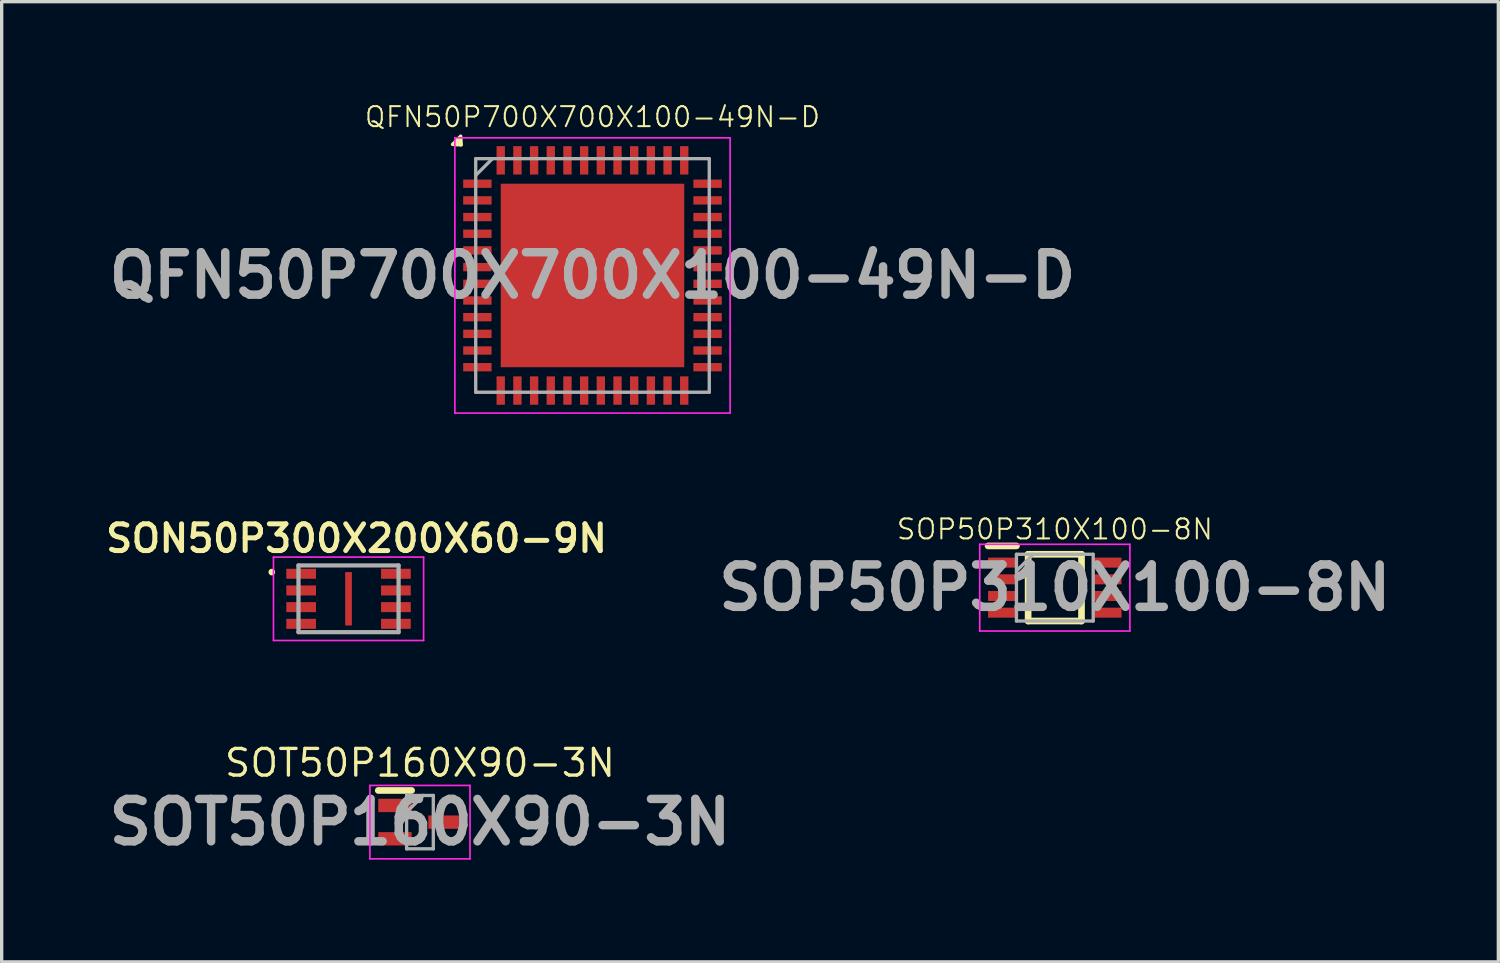
<source format=kicad_pcb>
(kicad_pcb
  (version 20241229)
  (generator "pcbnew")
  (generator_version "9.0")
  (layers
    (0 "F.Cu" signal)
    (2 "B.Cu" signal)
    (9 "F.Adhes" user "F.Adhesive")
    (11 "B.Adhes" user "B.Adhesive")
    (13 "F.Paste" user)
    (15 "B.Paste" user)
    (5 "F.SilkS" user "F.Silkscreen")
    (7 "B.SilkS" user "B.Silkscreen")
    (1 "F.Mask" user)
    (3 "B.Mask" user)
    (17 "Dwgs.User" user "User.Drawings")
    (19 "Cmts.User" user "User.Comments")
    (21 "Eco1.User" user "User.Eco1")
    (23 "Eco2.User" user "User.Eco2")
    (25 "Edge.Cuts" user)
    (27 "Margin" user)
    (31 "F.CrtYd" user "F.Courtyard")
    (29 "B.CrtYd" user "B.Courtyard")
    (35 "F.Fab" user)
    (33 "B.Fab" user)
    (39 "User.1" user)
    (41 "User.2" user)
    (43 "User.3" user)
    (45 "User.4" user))
  (footprint "SOT50P160X90-3N"
    (layer "F.Cu")
    (at 9.537 21.591)
    (property "Reference" "SOT50P160X90-3N" (at 0 -1.775 0) (layer "F.SilkS") (effects (font (size 0.8 0.8) (thickness 0.1))))
    (attr smd)
    (fp_line (start -1.25 -0.95) (end -0.25 -0.95) (stroke (width 0.2) (type solid)) (layer "F.SilkS"))
    (fp_line (start -1.5 -1.1) (end 1.5 -1.1) (stroke (width 0.05) (type solid)) (layer "F.CrtYd"))
    (fp_line (start -1.5 1.1) (end -1.5 -1.1) (stroke (width 0.05) (type solid)) (layer "F.CrtYd"))
    (fp_line (start 1.5 -1.1) (end 1.5 1.1) (stroke (width 0.05) (type solid)) (layer "F.CrtYd"))
    (fp_line (start 1.5 1.1) (end -1.5 1.1) (stroke (width 0.05) (type solid)) (layer "F.CrtYd"))
    (fp_line (start -0.4 -0.8) (end 0.4 -0.8) (stroke (width 0.1) (type solid)) (layer "F.Fab"))
    (fp_line (start -0.4 -0.3) (end 0.1 -0.8) (stroke (width 0.1) (type solid)) (layer "F.Fab"))
    (fp_line (start -0.4 0.8) (end -0.4 -0.8) (stroke (width 0.1) (type solid)) (layer "F.Fab"))
    (fp_line (start 0.4 -0.8) (end 0.4 0.8) (stroke (width 0.1) (type solid)) (layer "F.Fab"))
    (fp_line (start 0.4 0.8) (end -0.4 0.8) (stroke (width 0.1) (type solid)) (layer "F.Fab"))
    (fp_text user "${REFERENCE}" (at 0 0 0) (layer "F.Fab") (effects (font (size 1.27 1.27) (thickness 0.254))))
    (pad "1" smd rect (at -0.75 -0.5 90) (size 0.4 1) (layers "F.Cu" "F.Mask" "F.Paste"))
    (pad "2" smd rect (at -0.75 0.5 90) (size 0.4 1) (layers "F.Cu" "F.Mask" "F.Paste"))
    (pad "3" smd rect (at 0.75 0 90) (size 0.4 1) (layers "F.Cu" "F.Mask" "F.Paste")))
  (footprint "SOP50P310X100-8N"
    (layer "F.Cu")
    (at 28.565 14.563)
    (property "Reference" "SOP50P310X100-8N" (at 0 -1.75 0) (layer "F.SilkS") (effects (font (size 0.6 0.6) (thickness 0.06))))
    (attr smd)
    (fp_line (start -2 -1.25) (end -1.15 -1.25) (stroke (width 0.2) (type solid)) (layer "F.SilkS"))
    (fp_line (start -0.8 -1) (end 0.8 -1) (stroke (width 0.2) (type solid)) (layer "F.SilkS"))
    (fp_line (start -0.8 1) (end -0.8 -1) (stroke (width 0.2) (type solid)) (layer "F.SilkS"))
    (fp_line (start 0.8 -1) (end 0.8 1) (stroke (width 0.2) (type solid)) (layer "F.SilkS"))
    (fp_line (start 0.8 1) (end -0.8 1) (stroke (width 0.2) (type solid)) (layer "F.SilkS"))
    (fp_line (start -2.25 -1.3) (end 2.25 -1.3) (stroke (width 0.05) (type solid)) (layer "F.CrtYd"))
    (fp_line (start -2.25 1.3) (end -2.25 -1.3) (stroke (width 0.05) (type solid)) (layer "F.CrtYd"))
    (fp_line (start 2.25 -1.3) (end 2.25 1.3) (stroke (width 0.05) (type solid)) (layer "F.CrtYd"))
    (fp_line (start 2.25 1.3) (end -2.25 1.3) (stroke (width 0.05) (type solid)) (layer "F.CrtYd"))
    (fp_line (start -1.15 -1) (end 1.15 -1) (stroke (width 0.1) (type solid)) (layer "F.Fab"))
    (fp_line (start -1.15 -0.5) (end -0.65 -1) (stroke (width 0.1) (type solid)) (layer "F.Fab"))
    (fp_line (start -1.15 1) (end -1.15 -1) (stroke (width 0.1) (type solid)) (layer "F.Fab"))
    (fp_line (start 1.15 -1) (end 1.15 1) (stroke (width 0.1) (type solid)) (layer "F.Fab"))
    (fp_line (start 1.15 1) (end -1.15 1) (stroke (width 0.1) (type solid)) (layer "F.Fab"))
    (fp_text user "${REFERENCE}" (at 0 0 0) (layer "F.Fab") (effects (font (size 1.27 1.27) (thickness 0.254))))
    (pad "1" smd rect (at -1.575 -0.75 90) (size 0.3 0.85) (layers "F.Cu" "F.Mask" "F.Paste"))
    (pad "2" smd rect (at -1.575 -0.25 90) (size 0.3 0.85) (layers "F.Cu" "F.Mask" "F.Paste"))
    (pad "3" smd rect (at -1.575 0.25 90) (size 0.3 0.85) (layers "F.Cu" "F.Mask" "F.Paste"))
    (pad "4" smd rect (at -1.575 0.75 90) (size 0.3 0.85) (layers "F.Cu" "F.Mask" "F.Paste"))
    (pad "5" smd rect (at 1.575 0.75 90) (size 0.3 0.85) (layers "F.Cu" "F.Mask" "F.Paste"))
    (pad "6" smd rect (at 1.575 0.25 90) (size 0.3 0.85) (layers "F.Cu" "F.Mask" "F.Paste"))
    (pad "7" smd rect (at 1.575 -0.25 90) (size 0.3 0.85) (layers "F.Cu" "F.Mask" "F.Paste"))
    (pad "8" smd rect (at 1.575 -0.75 90) (size 0.3 0.85) (layers "F.Cu" "F.Mask" "F.Paste")))
  (footprint "QFN50P700X700X100-49N-D"
    (layer "F.Cu")
    (at 14.708 5.206)
    (property "Reference" "QFN50P700X700X100-49N-D" (at 0 -4.75 0) (layer "F.SilkS") (effects (font (size 0.6 0.6) (thickness 0.06))))
    (attr smd)
    (fp_poly (pts (xy -3.932 -3.91) (xy -3.95 -4.175) (xy -4.197 -3.928)) (stroke (width 0.1) (type solid)) (fill yes) (layer "F.SilkS"))
    (fp_rect (start -2.606 -0.764) (end -1.094 0.747) (stroke (width 0) (type default)) (fill yes) (layer "F.Paste"))
    (fp_rect (start -2.606 1.004) (end -1.094 2.516) (stroke (width 0) (type default)) (fill yes) (layer "F.Paste"))
    (fp_rect (start -2.589 -2.589) (end -1.077 -1.077) (stroke (width 0) (type default)) (fill yes) (layer "F.Paste"))
    (fp_rect (start -0.773 -0.764) (end 0.739 0.764) (stroke (width 0) (type default)) (fill yes) (layer "F.Paste"))
    (fp_rect (start -0.773 1.004) (end 0.739 2.533) (stroke (width 0) (type default)) (fill yes) (layer "F.Paste"))
    (fp_rect (start -0.756 -2.589) (end 0.756 -1.06) (stroke (width 0) (type default)) (fill yes) (layer "F.Paste"))
    (fp_rect (start 1.06 -0.764) (end 2.572 0.764) (stroke (width 0) (type default)) (fill yes) (layer "F.Paste"))
    (fp_rect (start 1.06 1.004) (end 2.572 2.533) (stroke (width 0) (type default)) (fill yes) (layer "F.Paste"))
    (fp_rect (start 1.077 -2.589) (end 2.589 -1.06) (stroke (width 0) (type default)) (fill yes) (layer "F.Paste"))
    (fp_line (start -4.125 -4.125) (end 4.125 -4.125) (stroke (width 0.05) (type solid)) (layer "F.CrtYd"))
    (fp_line (start -4.125 4.125) (end -4.125 -4.125) (stroke (width 0.05) (type solid)) (layer "F.CrtYd"))
    (fp_line (start 4.125 -4.125) (end 4.125 4.125) (stroke (width 0.05) (type solid)) (layer "F.CrtYd"))
    (fp_line (start 4.125 4.125) (end -4.125 4.125) (stroke (width 0.05) (type solid)) (layer "F.CrtYd"))
    (fp_line (start -3.5 -3.5) (end 3.5 -3.5) (stroke (width 0.1) (type solid)) (layer "F.Fab"))
    (fp_line (start -3.5 -3) (end -3 -3.5) (stroke (width 0.1) (type solid)) (layer "F.Fab"))
    (fp_line (start -3.5 3.5) (end -3.5 -3.5) (stroke (width 0.1) (type solid)) (layer "F.Fab"))
    (fp_line (start 3.5 -3.5) (end 3.5 3.5) (stroke (width 0.1) (type solid)) (layer "F.Fab"))
    (fp_line (start 3.5 3.5) (end -3.5 3.5) (stroke (width 0.1) (type solid)) (layer "F.Fab"))
    (fp_text user "${REFERENCE}" (at 0 0 0) (layer "F.Fab") (effects (font (size 1.27 1.27) (thickness 0.254))))
    (pad "1" smd rect (at -3.45 -2.75 90) (size 0.25 0.85) (layers "F.Cu" "F.Mask" "F.Paste"))
    (pad "2" smd rect (at -3.45 -2.25 90) (size 0.25 0.85) (layers "F.Cu" "F.Mask" "F.Paste"))
    (pad "3" smd rect (at -3.45 -1.75 90) (size 0.25 0.85) (layers "F.Cu" "F.Mask" "F.Paste"))
    (pad "4" smd rect (at -3.45 -1.25 90) (size 0.25 0.85) (layers "F.Cu" "F.Mask" "F.Paste"))
    (pad "5" smd rect (at -3.45 -0.75 90) (size 0.25 0.85) (layers "F.Cu" "F.Mask" "F.Paste"))
    (pad "6" smd rect (at -3.45 -0.25 90) (size 0.25 0.85) (layers "F.Cu" "F.Mask" "F.Paste"))
    (pad "7" smd rect (at -3.45 0.25 90) (size 0.25 0.85) (layers "F.Cu" "F.Mask" "F.Paste"))
    (pad "8" smd rect (at -3.45 0.75 90) (size 0.25 0.85) (layers "F.Cu" "F.Mask" "F.Paste"))
    (pad "9" smd rect (at -3.45 1.25 90) (size 0.25 0.85) (layers "F.Cu" "F.Mask" "F.Paste"))
    (pad "10" smd rect (at -3.45 1.75 90) (size 0.25 0.85) (layers "F.Cu" "F.Mask" "F.Paste"))
    (pad "11" smd rect (at -3.45 2.25 90) (size 0.25 0.85) (layers "F.Cu" "F.Mask" "F.Paste"))
    (pad "12" smd rect (at -3.45 2.75 90) (size 0.25 0.85) (layers "F.Cu" "F.Mask" "F.Paste"))
    (pad "13" smd rect (at -2.75 3.45) (size 0.25 0.85) (layers "F.Cu" "F.Mask" "F.Paste"))
    (pad "14" smd rect (at -2.25 3.45) (size 0.25 0.85) (layers "F.Cu" "F.Mask" "F.Paste"))
    (pad "15" smd rect (at -1.75 3.45) (size 0.25 0.85) (layers "F.Cu" "F.Mask" "F.Paste"))
    (pad "16" smd rect (at -1.25 3.45) (size 0.25 0.85) (layers "F.Cu" "F.Mask" "F.Paste"))
    (pad "17" smd rect (at -0.75 3.45) (size 0.25 0.85) (layers "F.Cu" "F.Mask" "F.Paste"))
    (pad "18" smd rect (at -0.25 3.45) (size 0.25 0.85) (layers "F.Cu" "F.Mask" "F.Paste"))
    (pad "19" smd rect (at 0.25 3.45) (size 0.25 0.85) (layers "F.Cu" "F.Mask" "F.Paste"))
    (pad "20" smd rect (at 0.75 3.45) (size 0.25 0.85) (layers "F.Cu" "F.Mask" "F.Paste"))
    (pad "21" smd rect (at 1.25 3.45) (size 0.25 0.85) (layers "F.Cu" "F.Mask" "F.Paste"))
    (pad "22" smd rect (at 1.75 3.45) (size 0.25 0.85) (layers "F.Cu" "F.Mask" "F.Paste"))
    (pad "23" smd rect (at 2.25 3.45) (size 0.25 0.85) (layers "F.Cu" "F.Mask" "F.Paste"))
    (pad "24" smd rect (at 2.75 3.45) (size 0.25 0.85) (layers "F.Cu" "F.Mask" "F.Paste"))
    (pad "25" smd rect (at 3.45 2.75 90) (size 0.25 0.85) (layers "F.Cu" "F.Mask" "F.Paste"))
    (pad "26" smd rect (at 3.45 2.25 90) (size 0.25 0.85) (layers "F.Cu" "F.Mask" "F.Paste"))
    (pad "27" smd rect (at 3.45 1.75 90) (size 0.25 0.85) (layers "F.Cu" "F.Mask" "F.Paste"))
    (pad "28" smd rect (at 3.45 1.25 90) (size 0.25 0.85) (layers "F.Cu" "F.Mask" "F.Paste"))
    (pad "29" smd rect (at 3.45 0.75 90) (size 0.25 0.85) (layers "F.Cu" "F.Mask" "F.Paste"))
    (pad "30" smd rect (at 3.45 0.25 90) (size 0.25 0.85) (layers "F.Cu" "F.Mask" "F.Paste"))
    (pad "31" smd rect (at 3.45 -0.25 90) (size 0.25 0.85) (layers "F.Cu" "F.Mask" "F.Paste"))
    (pad "32" smd rect (at 3.45 -0.75 90) (size 0.25 0.85) (layers "F.Cu" "F.Mask" "F.Paste"))
    (pad "33" smd rect (at 3.45 -1.25 90) (size 0.25 0.85) (layers "F.Cu" "F.Mask" "F.Paste"))
    (pad "34" smd rect (at 3.45 -1.75 90) (size 0.25 0.85) (layers "F.Cu" "F.Mask" "F.Paste"))
    (pad "35" smd rect (at 3.45 -2.25 90) (size 0.25 0.85) (layers "F.Cu" "F.Mask" "F.Paste"))
    (pad "36" smd rect (at 3.45 -2.75 90) (size 0.25 0.85) (layers "F.Cu" "F.Mask" "F.Paste"))
    (pad "37" smd rect (at 2.75 -3.45) (size 0.25 0.85) (layers "F.Cu" "F.Mask" "F.Paste"))
    (pad "38" smd rect (at 2.25 -3.45) (size 0.25 0.85) (layers "F.Cu" "F.Mask" "F.Paste"))
    (pad "39" smd rect (at 1.75 -3.45) (size 0.25 0.85) (layers "F.Cu" "F.Mask" "F.Paste"))
    (pad "40" smd rect (at 1.25 -3.45) (size 0.25 0.85) (layers "F.Cu" "F.Mask" "F.Paste"))
    (pad "41" smd rect (at 0.75 -3.45) (size 0.25 0.85) (layers "F.Cu" "F.Mask" "F.Paste"))
    (pad "42" smd rect (at 0.25 -3.45) (size 0.25 0.85) (layers "F.Cu" "F.Mask" "F.Paste"))
    (pad "43" smd rect (at -0.25 -3.45) (size 0.25 0.85) (layers "F.Cu" "F.Mask" "F.Paste"))
    (pad "44" smd rect (at -0.75 -3.45) (size 0.25 0.85) (layers "F.Cu" "F.Mask" "F.Paste"))
    (pad "45" smd rect (at -1.25 -3.45) (size 0.25 0.85) (layers "F.Cu" "F.Mask" "F.Paste"))
    (pad "46" smd rect (at -1.75 -3.45) (size 0.25 0.85) (layers "F.Cu" "F.Mask" "F.Paste"))
    (pad "47" smd rect (at -2.25 -3.45) (size 0.25 0.85) (layers "F.Cu" "F.Mask" "F.Paste"))
    (pad "48" smd rect (at -2.75 -3.45) (size 0.25 0.85) (layers "F.Cu" "F.Mask" "F.Paste"))
    (pad "49" smd rect (at 0 0) (size 5.5 5.5) (layers "F.Cu" "F.Mask")))
  (footprint "SON50P300X200X60-9N"
    (layer "F.Cu")
    (at 7.396 14.897)
    (property "Reference" "SON50P300X200X60-9N" (at 0.24 -1.809 0) (layer "F.SilkS") (effects (font (size 0.801 0.801) (thickness 0.15))))
    (attr smd)
    (fp_circle (center -2.3 -0.8) (end -2.25 -0.8) (stroke (width 0.1) (type solid)) (fill no) (layer "F.SilkS"))
    (fp_line (start -2.25 -1.25) (end 2.25 -1.25) (stroke (width 0.05) (type solid)) (layer "F.CrtYd"))
    (fp_line (start -2.25 1.25) (end -2.25 -1.25) (stroke (width 0.05) (type solid)) (layer "F.CrtYd"))
    (fp_line (start 2.25 -1.25) (end 2.25 1.25) (stroke (width 0.05) (type solid)) (layer "F.CrtYd"))
    (fp_line (start 2.25 1.25) (end -2.25 1.25) (stroke (width 0.05) (type solid)) (layer "F.CrtYd"))
    (fp_line (start -1.5 -1) (end 1.5 -1) (stroke (width 0.127) (type solid)) (layer "F.Fab"))
    (fp_line (start -1.5 1) (end -1.5 -1) (stroke (width 0.127) (type solid)) (layer "F.Fab"))
    (fp_line (start 1.5 -1) (end 1.5 1) (stroke (width 0.127) (type solid)) (layer "F.Fab"))
    (fp_line (start 1.5 1) (end -1.5 1) (stroke (width 0.127) (type solid)) (layer "F.Fab"))
    (pad "1" smd rect (at -1.42 -0.75) (size 0.89 0.3) (layers "F.Cu" "F.Mask" "F.Paste"))
    (pad "2" smd rect (at -1.42 -0.25) (size 0.89 0.3) (layers "F.Cu" "F.Mask" "F.Paste"))
    (pad "3" smd rect (at -1.42 0.25) (size 0.89 0.3) (layers "F.Cu" "F.Mask" "F.Paste"))
    (pad "4" smd rect (at -1.42 0.75) (size 0.89 0.3) (layers "F.Cu" "F.Mask" "F.Paste"))
    (pad "5" smd rect (at 1.42 0.75 180) (size 0.89 0.3) (layers "F.Cu" "F.Mask" "F.Paste"))
    (pad "6" smd rect (at 1.42 0.25 180) (size 0.89 0.3) (layers "F.Cu" "F.Mask" "F.Paste"))
    (pad "7" smd rect (at 1.42 -0.25 180) (size 0.89 0.3) (layers "F.Cu" "F.Mask" "F.Paste"))
    (pad "8" smd rect (at 1.42 -0.75 180) (size 0.89 0.3) (layers "F.Cu" "F.Mask" "F.Paste"))
    (pad "9" smd rect (at 0 0) (size 0.2 1.6) (layers "F.Cu" "F.Mask" "F.Paste")))
  (gr_rect
    (start -3 -3)
    (end 41.858 25.779)
    (stroke (width 0.1) (type default))
    (fill no)
    (layer "Edge.Cuts")))
</source>
